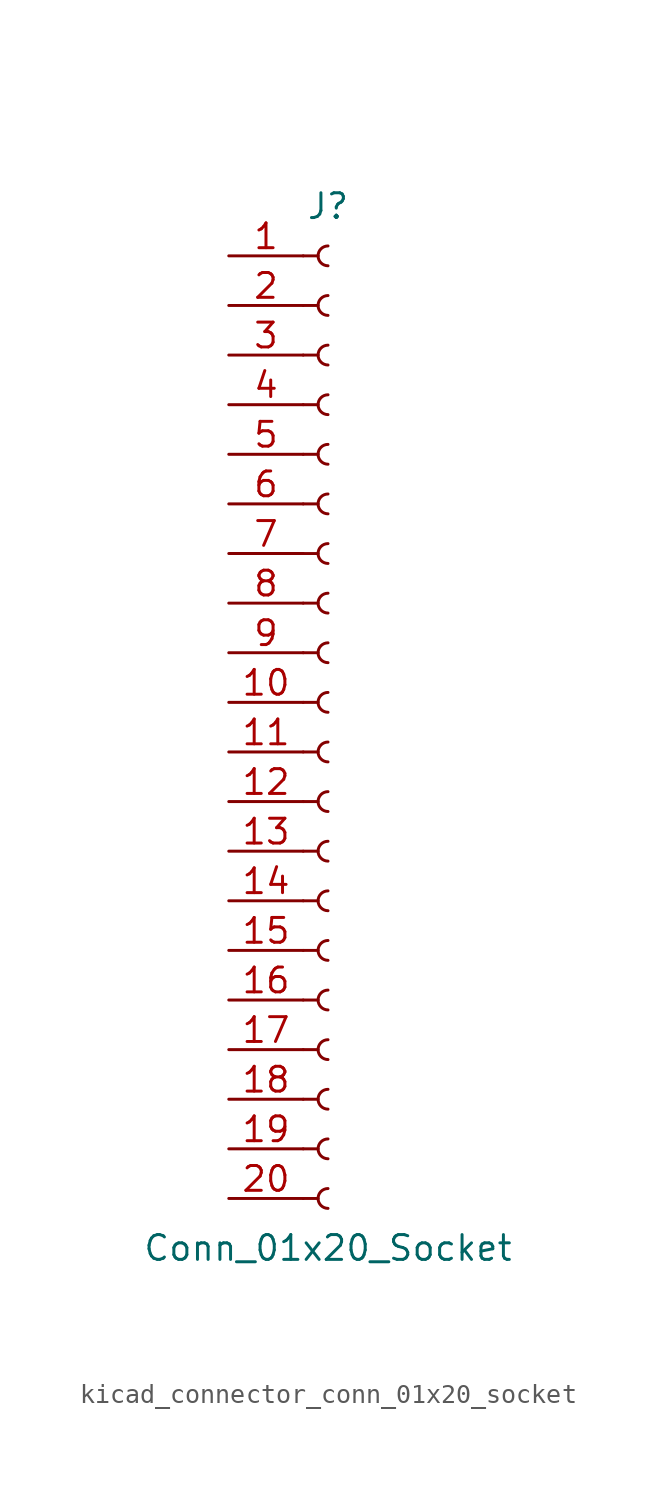
<source format=kicad_sym>
(kicad_symbol_lib
  (version 20220914)
  (generator kicad_symbol_editor)
  (symbol "kicad_connector_conn_01x20_socket"
    (pin_names
      (offset 1.016) hide)
    (property "Reference" "J"
      (at 0 25.4 0)
      (effects (font (size 1.27 1.27))))
    (property "Value" "Conn_01x20_Socket"
      (at 0 -27.94 0)
      (effects (font (size 1.27 1.27))))
    (property "ki_locked" ""
      (at 0 0 0)
      (effects (font (size 1.27 1.27))))
    (symbol "kicad_connector_conn_01x20_socket_1_1"
      (arc (start 0 -24.892) (mid -0.5058 -25.4) (end 0 -25.908) (stroke (width 0.1524) (type default)) (fill (type none)))
      (arc (start 0 -22.352) (mid -0.5058 -22.86) (end 0 -23.368) (stroke (width 0.1524) (type default)) (fill (type none)))
      (arc (start 0 -19.812) (mid -0.5058 -20.32) (end 0 -20.828) (stroke (width 0.1524) (type default)) (fill (type none)))
      (arc (start 0 -17.272) (mid -0.5058 -17.78) (end 0 -18.288) (stroke (width 0.1524) (type default)) (fill (type none)))
      (arc (start 0 -14.732) (mid -0.5058 -15.24) (end 0 -15.748) (stroke (width 0.1524) (type default)) (fill (type none)))
      (arc (start 0 -12.192) (mid -0.5058 -12.7) (end 0 -13.208) (stroke (width 0.1524) (type default)) (fill (type none)))
      (arc (start 0 -9.652) (mid -0.5058 -10.16) (end 0 -10.668) (stroke (width 0.1524) (type default)) (fill (type none)))
      (arc (start 0 -7.112) (mid -0.5058 -7.62) (end 0 -8.128) (stroke (width 0.1524) (type default)) (fill (type none)))
      (arc (start 0 -4.572) (mid -0.5058 -5.08) (end 0 -5.588) (stroke (width 0.1524) (type default)) (fill (type none)))
      (arc (start 0 -2.032) (mid -0.5058 -2.54) (end 0 -3.048) (stroke (width 0.1524) (type default)) (fill (type none)))
      (polyline (pts (xy -1.27 -25.4) (xy -0.508 -25.4)) (stroke (width 0.152) (type default)) (fill (type none)))
      (polyline (pts (xy -1.27 -22.86) (xy -0.508 -22.86)) (stroke (width 0.152) (type default)) (fill (type none)))
      (polyline (pts (xy -1.27 -20.32) (xy -0.508 -20.32)) (stroke (width 0.152) (type default)) (fill (type none)))
      (polyline (pts (xy -1.27 -17.78) (xy -0.508 -17.78)) (stroke (width 0.152) (type default)) (fill (type none)))
      (polyline (pts (xy -1.27 -15.24) (xy -0.508 -15.24)) (stroke (width 0.152) (type default)) (fill (type none)))
      (polyline (pts (xy -1.27 -12.7) (xy -0.508 -12.7)) (stroke (width 0.152) (type default)) (fill (type none)))
      (polyline (pts (xy -1.27 -10.16) (xy -0.508 -10.16)) (stroke (width 0.152) (type default)) (fill (type none)))
      (polyline (pts (xy -1.27 -7.62) (xy -0.508 -7.62)) (stroke (width 0.152) (type default)) (fill (type none)))
      (polyline (pts (xy -1.27 -5.08) (xy -0.508 -5.08)) (stroke (width 0.152) (type default)) (fill (type none)))
      (polyline (pts (xy -1.27 -2.54) (xy -0.508 -2.54)) (stroke (width 0.152) (type default)) (fill (type none)))
      (polyline (pts (xy -1.27 0) (xy -0.508 0)) (stroke (width 0.152) (type default)) (fill (type none)))
      (polyline (pts (xy -1.27 2.54) (xy -0.508 2.54)) (stroke (width 0.152) (type default)) (fill (type none)))
      (polyline (pts (xy -1.27 5.08) (xy -0.508 5.08)) (stroke (width 0.152) (type default)) (fill (type none)))
      (polyline (pts (xy -1.27 7.62) (xy -0.508 7.62)) (stroke (width 0.152) (type default)) (fill (type none)))
      (polyline (pts (xy -1.27 10.16) (xy -0.508 10.16)) (stroke (width 0.152) (type default)) (fill (type none)))
      (polyline (pts (xy -1.27 12.7) (xy -0.508 12.7)) (stroke (width 0.152) (type default)) (fill (type none)))
      (polyline (pts (xy -1.27 15.24) (xy -0.508 15.24)) (stroke (width 0.152) (type default)) (fill (type none)))
      (polyline (pts (xy -1.27 17.78) (xy -0.508 17.78)) (stroke (width 0.152) (type default)) (fill (type none)))
      (polyline (pts (xy -1.27 20.32) (xy -0.508 20.32)) (stroke (width 0.152) (type default)) (fill (type none)))
      (polyline (pts (xy -1.27 22.86) (xy -0.508 22.86)) (stroke (width 0.152) (type default)) (fill (type none)))
      (arc (start 0 0.508) (mid -0.5058 0) (end 0 -0.508) (stroke (width 0.1524) (type default)) (fill (type none)))
      (arc (start 0 3.048) (mid -0.5058 2.54) (end 0 2.032) (stroke (width 0.1524) (type default)) (fill (type none)))
      (arc (start 0 5.588) (mid -0.5058 5.08) (end 0 4.572) (stroke (width 0.1524) (type default)) (fill (type none)))
      (arc (start 0 8.128) (mid -0.5058 7.62) (end 0 7.112) (stroke (width 0.1524) (type default)) (fill (type none)))
      (arc (start 0 10.668) (mid -0.5058 10.16) (end 0 9.652) (stroke (width 0.1524) (type default)) (fill (type none)))
      (arc (start 0 13.208) (mid -0.5058 12.7) (end 0 12.192) (stroke (width 0.1524) (type default)) (fill (type none)))
      (arc (start 0 15.748) (mid -0.5058 15.24) (end 0 14.732) (stroke (width 0.1524) (type default)) (fill (type none)))
      (arc (start 0 18.288) (mid -0.5058 17.78) (end 0 17.272) (stroke (width 0.1524) (type default)) (fill (type none)))
      (arc (start 0 20.828) (mid -0.5058 20.32) (end 0 19.812) (stroke (width 0.1524) (type default)) (fill (type none)))
      (arc (start 0 23.368) (mid -0.5058 22.86) (end 0 22.352) (stroke (width 0.1524) (type default)) (fill (type none)))
      (pin passive line (at -5.08 22.86 0) (length 3.81) (name "Pin_1" (effects (font (size 1.27 1.27)))) (number "1" (effects (font (size 1.27 1.27)))))
      (pin passive line (at -5.08 0 0) (length 3.81) (name "Pin_10" (effects (font (size 1.27 1.27)))) (number "10" (effects (font (size 1.27 1.27)))))
      (pin passive line (at -5.08 -2.54 0) (length 3.81) (name "Pin_11" (effects (font (size 1.27 1.27)))) (number "11" (effects (font (size 1.27 1.27)))))
      (pin passive line (at -5.08 -5.08 0) (length 3.81) (name "Pin_12" (effects (font (size 1.27 1.27)))) (number "12" (effects (font (size 1.27 1.27)))))
      (pin passive line (at -5.08 -7.62 0) (length 3.81) (name "Pin_13" (effects (font (size 1.27 1.27)))) (number "13" (effects (font (size 1.27 1.27)))))
      (pin passive line (at -5.08 -10.16 0) (length 3.81) (name "Pin_14" (effects (font (size 1.27 1.27)))) (number "14" (effects (font (size 1.27 1.27)))))
      (pin passive line (at -5.08 -12.7 0) (length 3.81) (name "Pin_15" (effects (font (size 1.27 1.27)))) (number "15" (effects (font (size 1.27 1.27)))))
      (pin passive line (at -5.08 -15.24 0) (length 3.81) (name "Pin_16" (effects (font (size 1.27 1.27)))) (number "16" (effects (font (size 1.27 1.27)))))
      (pin passive line (at -5.08 -17.78 0) (length 3.81) (name "Pin_17" (effects (font (size 1.27 1.27)))) (number "17" (effects (font (size 1.27 1.27)))))
      (pin passive line (at -5.08 -20.32 0) (length 3.81) (name "Pin_18" (effects (font (size 1.27 1.27)))) (number "18" (effects (font (size 1.27 1.27)))))
      (pin passive line (at -5.08 -22.86 0) (length 3.81) (name "Pin_19" (effects (font (size 1.27 1.27)))) (number "19" (effects (font (size 1.27 1.27)))))
      (pin passive line (at -5.08 20.32 0) (length 3.81) (name "Pin_2" (effects (font (size 1.27 1.27)))) (number "2" (effects (font (size 1.27 1.27)))))
      (pin passive line (at -5.08 -25.4 0) (length 3.81) (name "Pin_20" (effects (font (size 1.27 1.27)))) (number "20" (effects (font (size 1.27 1.27)))))
      (pin passive line (at -5.08 17.78 0) (length 3.81) (name "Pin_3" (effects (font (size 1.27 1.27)))) (number "3" (effects (font (size 1.27 1.27)))))
      (pin passive line (at -5.08 15.24 0) (length 3.81) (name "Pin_4" (effects (font (size 1.27 1.27)))) (number "4" (effects (font (size 1.27 1.27)))))
      (pin passive line (at -5.08 12.7 0) (length 3.81) (name "Pin_5" (effects (font (size 1.27 1.27)))) (number "5" (effects (font (size 1.27 1.27)))))
      (pin passive line (at -5.08 10.16 0) (length 3.81) (name "Pin_6" (effects (font (size 1.27 1.27)))) (number "6" (effects (font (size 1.27 1.27)))))
      (pin passive line (at -5.08 7.62 0) (length 3.81) (name "Pin_7" (effects (font (size 1.27 1.27)))) (number "7" (effects (font (size 1.27 1.27)))))
      (pin passive line (at -5.08 5.08 0) (length 3.81) (name "Pin_8" (effects (font (size 1.27 1.27)))) (number "8" (effects (font (size 1.27 1.27)))))
      (pin passive line (at -5.08 2.54 0) (length 3.81) (name "Pin_9" (effects (font (size 1.27 1.27)))) (number "9" (effects (font (size 1.27 1.27))))))))
</source>
